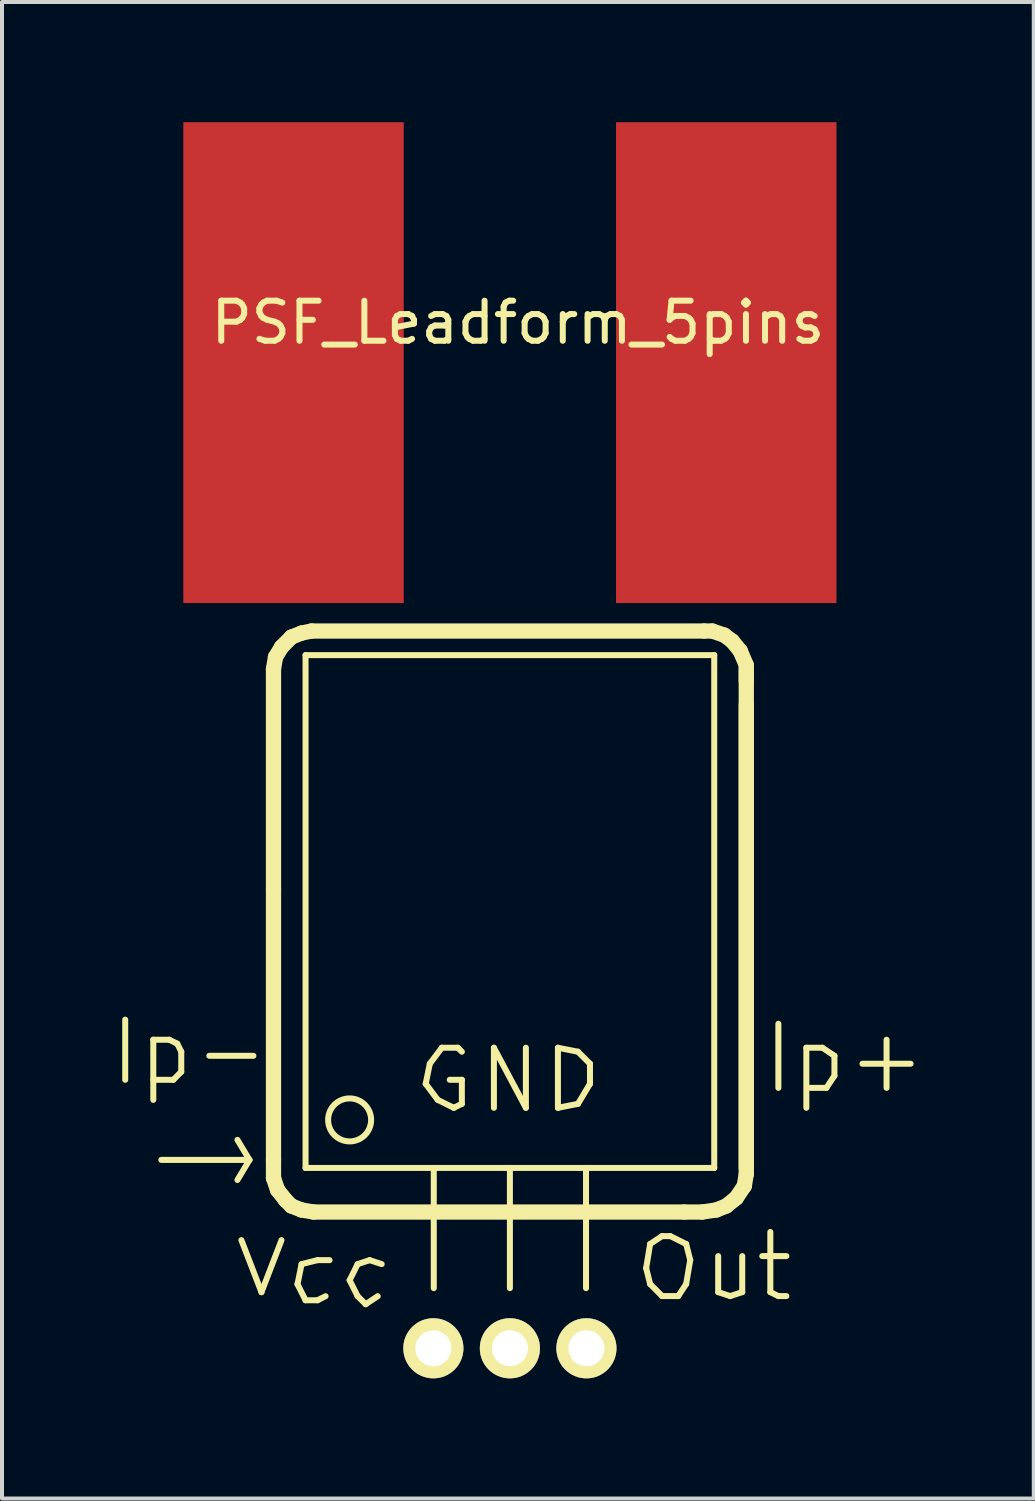
<source format=kicad_pcb>
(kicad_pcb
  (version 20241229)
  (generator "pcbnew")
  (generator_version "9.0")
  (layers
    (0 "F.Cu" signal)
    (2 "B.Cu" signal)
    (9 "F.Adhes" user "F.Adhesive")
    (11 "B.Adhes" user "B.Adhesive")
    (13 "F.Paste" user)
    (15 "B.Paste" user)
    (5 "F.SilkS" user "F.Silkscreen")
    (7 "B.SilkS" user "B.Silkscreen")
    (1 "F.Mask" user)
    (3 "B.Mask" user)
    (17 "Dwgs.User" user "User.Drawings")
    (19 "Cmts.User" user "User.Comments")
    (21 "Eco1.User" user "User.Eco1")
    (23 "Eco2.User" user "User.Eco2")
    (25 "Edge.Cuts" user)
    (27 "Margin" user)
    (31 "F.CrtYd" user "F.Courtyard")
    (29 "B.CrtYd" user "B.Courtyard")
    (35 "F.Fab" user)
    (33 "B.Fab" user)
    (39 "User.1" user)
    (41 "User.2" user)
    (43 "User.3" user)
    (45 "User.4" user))
  (footprint "PSF_Leadform_5pins"
    (layer "F.Cu")
    (at 9.676 19.9)
    (property "Reference" "PSF_Leadform_5pins" (at 0.201 -14.9 0) (layer "F.SilkS") (effects (font (size 1 1) (thickness 0.15))))
    (attr through_hole)
    (fp_line (start -9.601 2.499) (end -9.601 4) (stroke (width 0.15) (type solid)) (layer "F.SilkS"))
    (fp_line (start -8.9 3) (end -8.9 4.501) (stroke (width 0.15) (type solid)) (layer "F.SilkS"))
    (fp_line (start -8.9 3) (end -8.501 3) (stroke (width 0.15) (type solid)) (layer "F.SilkS"))
    (fp_line (start -8.501 3) (end -8.301 3.099) (stroke (width 0.15) (type solid)) (layer "F.SilkS"))
    (fp_line (start -8.4 4) (end -8.9 4) (stroke (width 0.15) (type solid)) (layer "F.SilkS"))
    (fp_line (start -8.301 3.099) (end -8.202 3.299) (stroke (width 0.15) (type solid)) (layer "F.SilkS"))
    (fp_line (start -8.202 3.299) (end -8.202 3.8) (stroke (width 0.15) (type solid)) (layer "F.SilkS"))
    (fp_line (start -8.202 3.8) (end -8.4 4) (stroke (width 0.15) (type solid)) (layer "F.SilkS"))
    (fp_line (start -6.701 8.001) (end -6.2 9.301) (stroke (width 0.15) (type solid)) (layer "F.SilkS"))
    (fp_line (start -6.5 5.999) (end -8.7 5.999) (stroke (width 0.15) (type solid)) (layer "F.SilkS"))
    (fp_line (start -6.5 5.999) (end -6.8 5.499) (stroke (width 0.15) (type solid)) (layer "F.SilkS"))
    (fp_line (start -6.5 5.999) (end -6.8 6.5) (stroke (width 0.15) (type solid)) (layer "F.SilkS"))
    (fp_line (start -6.401 3.401) (end -7.501 3.401) (stroke (width 0.15) (type solid)) (layer "F.SilkS"))
    (fp_line (start -6.2 9.301) (end -5.7 8.001) (stroke (width 0.15) (type solid)) (layer "F.SilkS"))
    (fp_line (start -5.9 -6.251) (end -5.85 -6.551) (stroke (width 0.381) (type solid)) (layer "F.SilkS"))
    (fp_line (start -5.9 -0.749) (end -5.9 -6.251) (stroke (width 0.381) (type solid)) (layer "F.SilkS"))
    (fp_line (start -5.9 5.999) (end -5.9 -0.749) (stroke (width 0.381) (type solid)) (layer "F.SilkS"))
    (fp_line (start -5.9 6.449) (end -5.9 5.999) (stroke (width 0.381) (type solid)) (layer "F.SilkS"))
    (fp_line (start -5.85 -6.551) (end -5.7 -6.8) (stroke (width 0.381) (type solid)) (layer "F.SilkS"))
    (fp_line (start -5.799 6.749) (end -5.9 6.449) (stroke (width 0.381) (type solid)) (layer "F.SilkS"))
    (fp_line (start -5.7 -6.8) (end -5.451 -7.051) (stroke (width 0.381) (type solid)) (layer "F.SilkS"))
    (fp_line (start -5.601 7) (end -5.799 6.749) (stroke (width 0.381) (type solid)) (layer "F.SilkS"))
    (fp_line (start -5.451 -7.051) (end -5.199 -7.15) (stroke (width 0.381) (type solid)) (layer "F.SilkS"))
    (fp_line (start -5.451 7.15) (end -5.601 7) (stroke (width 0.381) (type solid)) (layer "F.SilkS"))
    (fp_line (start -5.301 9.101) (end -5.1 9.502) (stroke (width 0.15) (type solid)) (layer "F.SilkS"))
    (fp_line (start -5.199 -7.15) (end -4.95 -7.201) (stroke (width 0.381) (type solid)) (layer "F.SilkS"))
    (fp_line (start -5.199 7.249) (end -5.451 7.15) (stroke (width 0.381) (type solid)) (layer "F.SilkS"))
    (fp_line (start -5.199 8.6) (end -5.301 9.101) (stroke (width 0.15) (type solid)) (layer "F.SilkS"))
    (fp_line (start -5.1 -6.599) (end 5.1 -6.599) (stroke (width 0.15) (type solid)) (layer "F.SilkS"))
    (fp_line (start -5.1 6.2) (end -5.1 -6.599) (stroke (width 0.15) (type solid)) (layer "F.SilkS"))
    (fp_line (start -5.1 9.502) (end -4.801 9.502) (stroke (width 0.15) (type solid)) (layer "F.SilkS"))
    (fp_line (start -4.95 -7.201) (end 4.849 -7.201) (stroke (width 0.381) (type solid)) (layer "F.SilkS"))
    (fp_line (start -4.9 7.3) (end -5.199 7.249) (stroke (width 0.381) (type solid)) (layer "F.SilkS"))
    (fp_line (start -4.801 8.501) (end -5.199 8.6) (stroke (width 0.15) (type solid)) (layer "F.SilkS"))
    (fp_line (start -4.801 9.502) (end -4.6 9.401) (stroke (width 0.15) (type solid)) (layer "F.SilkS"))
    (fp_line (start -4.501 8.501) (end -4.801 8.501) (stroke (width 0.15) (type solid)) (layer "F.SilkS"))
    (fp_line (start -4 9.002) (end -3.8 9.401) (stroke (width 0.15) (type solid)) (layer "F.SilkS"))
    (fp_line (start -3.8 8.6) (end -4 9.002) (stroke (width 0.15) (type solid)) (layer "F.SilkS"))
    (fp_line (start -3.8 9.401) (end -3.599 9.601) (stroke (width 0.15) (type solid)) (layer "F.SilkS"))
    (fp_line (start -3.599 9.601) (end -3.299 9.401) (stroke (width 0.15) (type solid)) (layer "F.SilkS"))
    (fp_line (start -3.5 8.501) (end -3.8 8.6) (stroke (width 0.15) (type solid)) (layer "F.SilkS"))
    (fp_line (start -3.2 8.6) (end -3.5 8.501) (stroke (width 0.15) (type solid)) (layer "F.SilkS"))
    (fp_line (start -2.101 4.1) (end -1.801 4.501) (stroke (width 0.15) (type solid)) (layer "F.SilkS"))
    (fp_line (start -1.999 3.599) (end -2.101 4.1) (stroke (width 0.15) (type solid)) (layer "F.SilkS"))
    (fp_line (start -1.9 6.2) (end -1.9 9.2) (stroke (width 0.15) (type solid)) (layer "F.SilkS"))
    (fp_line (start -1.801 4.501) (end -1.4 4.699) (stroke (width 0.15) (type solid)) (layer "F.SilkS"))
    (fp_line (start -1.699 3.2) (end -1.999 3.599) (stroke (width 0.15) (type solid)) (layer "F.SilkS"))
    (fp_line (start -1.4 4.699) (end -1.199 4.6) (stroke (width 0.15) (type solid)) (layer "F.SilkS"))
    (fp_line (start -1.3 3.2) (end -1.699 3.2) (stroke (width 0.15) (type solid)) (layer "F.SilkS"))
    (fp_line (start -1.199 3.299) (end -1.3 3.2) (stroke (width 0.15) (type solid)) (layer "F.SilkS"))
    (fp_line (start -1.199 4) (end -1.501 4) (stroke (width 0.15) (type solid)) (layer "F.SilkS"))
    (fp_line (start -1.199 4.6) (end -1.199 4) (stroke (width 0.15) (type solid)) (layer "F.SilkS"))
    (fp_line (start -0.399 3.2) (end 0.399 4.699) (stroke (width 0.15) (type solid)) (layer "F.SilkS"))
    (fp_line (start -0.399 4.699) (end -0.399 3.2) (stroke (width 0.15) (type solid)) (layer "F.SilkS"))
    (fp_line (start 0 6.2) (end 0 9.2) (stroke (width 0.15) (type solid)) (layer "F.SilkS"))
    (fp_line (start 0.399 4.699) (end 0.399 3.2) (stroke (width 0.15) (type solid)) (layer "F.SilkS"))
    (fp_line (start 1.199 3.2) (end 1.199 4.699) (stroke (width 0.15) (type solid)) (layer "F.SilkS"))
    (fp_line (start 1.199 4.699) (end 1.699 4.6) (stroke (width 0.15) (type solid)) (layer "F.SilkS"))
    (fp_line (start 1.699 3.299) (end 1.199 3.2) (stroke (width 0.15) (type solid)) (layer "F.SilkS"))
    (fp_line (start 1.699 4.6) (end 1.999 4.1) (stroke (width 0.15) (type solid)) (layer "F.SilkS"))
    (fp_line (start 1.9 6.2) (end 1.9 9.2) (stroke (width 0.15) (type solid)) (layer "F.SilkS"))
    (fp_line (start 1.999 3.599) (end 1.699 3.299) (stroke (width 0.15) (type solid)) (layer "F.SilkS"))
    (fp_line (start 1.999 4.1) (end 1.999 3.599) (stroke (width 0.15) (type solid)) (layer "F.SilkS"))
    (fp_line (start 3.401 8.7) (end 3.5 9.098) (stroke (width 0.15) (type solid)) (layer "F.SilkS"))
    (fp_line (start 3.5 8.098) (end 3.401 8.7) (stroke (width 0.15) (type solid)) (layer "F.SilkS"))
    (fp_line (start 3.5 9.098) (end 3.8 9.398) (stroke (width 0.15) (type solid)) (layer "F.SilkS"))
    (fp_line (start 3.8 7.899) (end 3.5 8.098) (stroke (width 0.15) (type solid)) (layer "F.SilkS"))
    (fp_line (start 3.8 9.398) (end 4.201 9.398) (stroke (width 0.15) (type solid)) (layer "F.SilkS"))
    (fp_line (start 4 7.902) (end 3.8 7.902) (stroke (width 0.15) (type solid)) (layer "F.SilkS"))
    (fp_line (start 4.201 9.398) (end 4.399 9.098) (stroke (width 0.15) (type solid)) (layer "F.SilkS"))
    (fp_line (start 4.351 7.3) (end -4.9 7.3) (stroke (width 0.381) (type solid)) (layer "F.SilkS"))
    (fp_line (start 4.399 8.098) (end 4 7.899) (stroke (width 0.15) (type solid)) (layer "F.SilkS"))
    (fp_line (start 4.399 9.098) (end 4.501 8.499) (stroke (width 0.15) (type solid)) (layer "F.SilkS"))
    (fp_line (start 4.501 8.499) (end 4.399 8.098) (stroke (width 0.15) (type solid)) (layer "F.SilkS"))
    (fp_line (start 4.801 7.3) (end 4.351 7.3) (stroke (width 0.381) (type solid)) (layer "F.SilkS"))
    (fp_line (start 4.849 -7.201) (end 5.05 -7.201) (stroke (width 0.381) (type solid)) (layer "F.SilkS"))
    (fp_line (start 5.05 -7.201) (end 5.349 -7.099) (stroke (width 0.381) (type solid)) (layer "F.SilkS"))
    (fp_line (start 5.1 -6.599) (end 5.1 6.2) (stroke (width 0.15) (type solid)) (layer "F.SilkS"))
    (fp_line (start 5.1 6.2) (end -5.1 6.2) (stroke (width 0.15) (type solid)) (layer "F.SilkS"))
    (fp_line (start 5.151 7.249) (end 4.801 7.3) (stroke (width 0.381) (type solid)) (layer "F.SilkS"))
    (fp_line (start 5.199 8.4) (end 5.199 9.299) (stroke (width 0.15) (type solid)) (layer "F.SilkS"))
    (fp_line (start 5.199 9.299) (end 5.499 9.398) (stroke (width 0.15) (type solid)) (layer "F.SilkS"))
    (fp_line (start 5.349 -7.099) (end 5.55 -6.949) (stroke (width 0.381) (type solid)) (layer "F.SilkS"))
    (fp_line (start 5.4 7.15) (end 5.151 7.249) (stroke (width 0.381) (type solid)) (layer "F.SilkS"))
    (fp_line (start 5.499 9.398) (end 5.799 9.299) (stroke (width 0.15) (type solid)) (layer "F.SilkS"))
    (fp_line (start 5.55 -6.949) (end 5.751 -6.701) (stroke (width 0.381) (type solid)) (layer "F.SilkS"))
    (fp_line (start 5.649 6.949) (end 5.4 7.15) (stroke (width 0.381) (type solid)) (layer "F.SilkS"))
    (fp_line (start 5.751 -6.701) (end 5.9 -6.35) (stroke (width 0.381) (type solid)) (layer "F.SilkS"))
    (fp_line (start 5.799 9.299) (end 5.799 8.4) (stroke (width 0.15) (type solid)) (layer "F.SilkS"))
    (fp_line (start 5.85 6.65) (end 5.649 6.949) (stroke (width 0.381) (type solid)) (layer "F.SilkS"))
    (fp_line (start 5.9 -6.35) (end 5.9 -5.951) (stroke (width 0.381) (type solid)) (layer "F.SilkS"))
    (fp_line (start 5.9 -6.251) (end 5.9 6.35) (stroke (width 0.381) (type solid)) (layer "F.SilkS"))
    (fp_line (start 5.9 -5.349) (end 5.9 6.2) (stroke (width 0.381) (type solid)) (layer "F.SilkS"))
    (fp_line (start 5.9 6.35) (end 5.85 6.65) (stroke (width 0.381) (type solid)) (layer "F.SilkS"))
    (fp_line (start 6.5 7.798) (end 6.5 9.299) (stroke (width 0.15) (type solid)) (layer "F.SilkS"))
    (fp_line (start 6.5 9.299) (end 6.701 9.398) (stroke (width 0.15) (type solid)) (layer "F.SilkS"))
    (fp_line (start 6.701 2.601) (end 6.701 4.201) (stroke (width 0.15) (type solid)) (layer "F.SilkS"))
    (fp_line (start 6.701 9.398) (end 6.901 9.398) (stroke (width 0.15) (type solid)) (layer "F.SilkS"))
    (fp_line (start 6.901 8.4) (end 6.299 8.4) (stroke (width 0.15) (type solid)) (layer "F.SilkS"))
    (fp_line (start 7.399 3.2) (end 7.399 4.699) (stroke (width 0.15) (type solid)) (layer "F.SilkS"))
    (fp_line (start 7.399 3.2) (end 7.8 3.2) (stroke (width 0.15) (type solid)) (layer "F.SilkS"))
    (fp_line (start 7.8 3.2) (end 8.1 3.401) (stroke (width 0.15) (type solid)) (layer "F.SilkS"))
    (fp_line (start 7.899 4.201) (end 7.501 4.201) (stroke (width 0.15) (type solid)) (layer "F.SilkS"))
    (fp_line (start 8.1 3.401) (end 8.1 3.899) (stroke (width 0.15) (type solid)) (layer "F.SilkS"))
    (fp_line (start 8.1 3.899) (end 7.899 4.201) (stroke (width 0.15) (type solid)) (layer "F.SilkS"))
    (fp_line (start 9.401 3) (end 9.401 4.201) (stroke (width 0.15) (type solid)) (layer "F.SilkS"))
    (fp_line (start 10 3.599) (end 8.799 3.599) (stroke (width 0.15) (type solid)) (layer "F.SilkS"))
    (fp_circle (center -4 5.001) (end -3.8 5.499) (stroke (width 0.15) (type solid)) (fill no) (layer "F.SilkS"))
    (pad "1" thru_hole circle (at -1.91 10.701) (size 1.501 1.501) (drill 0.899) (layers "*.Cu" "*.Mask" "F.SilkS"))
    (pad "2" thru_hole circle (at 0 10.701) (size 1.501 1.501) (drill 0.899) (layers "*.Cu" "*.Mask" "F.SilkS"))
    (pad "3" thru_hole circle (at 1.91 10.701) (size 1.501 1.501) (drill 0.899) (layers "*.Cu" "*.Mask" "F.SilkS"))
    (pad "4" smd rect (at 5.4 -13.899) (size 5.502 12.002) (layers "F.Cu" "F.Mask" "F.Paste"))
    (pad "5" smd rect (at -5.4 -13.899) (size 5.502 12.002) (layers "F.Cu" "F.Mask" "F.Paste")))
  (gr_rect
    (start -3 -3)
    (end 22.751 34.351)
    (stroke (width 0.1) (type default))
    (fill no)
    (layer "Edge.Cuts")))
</source>
